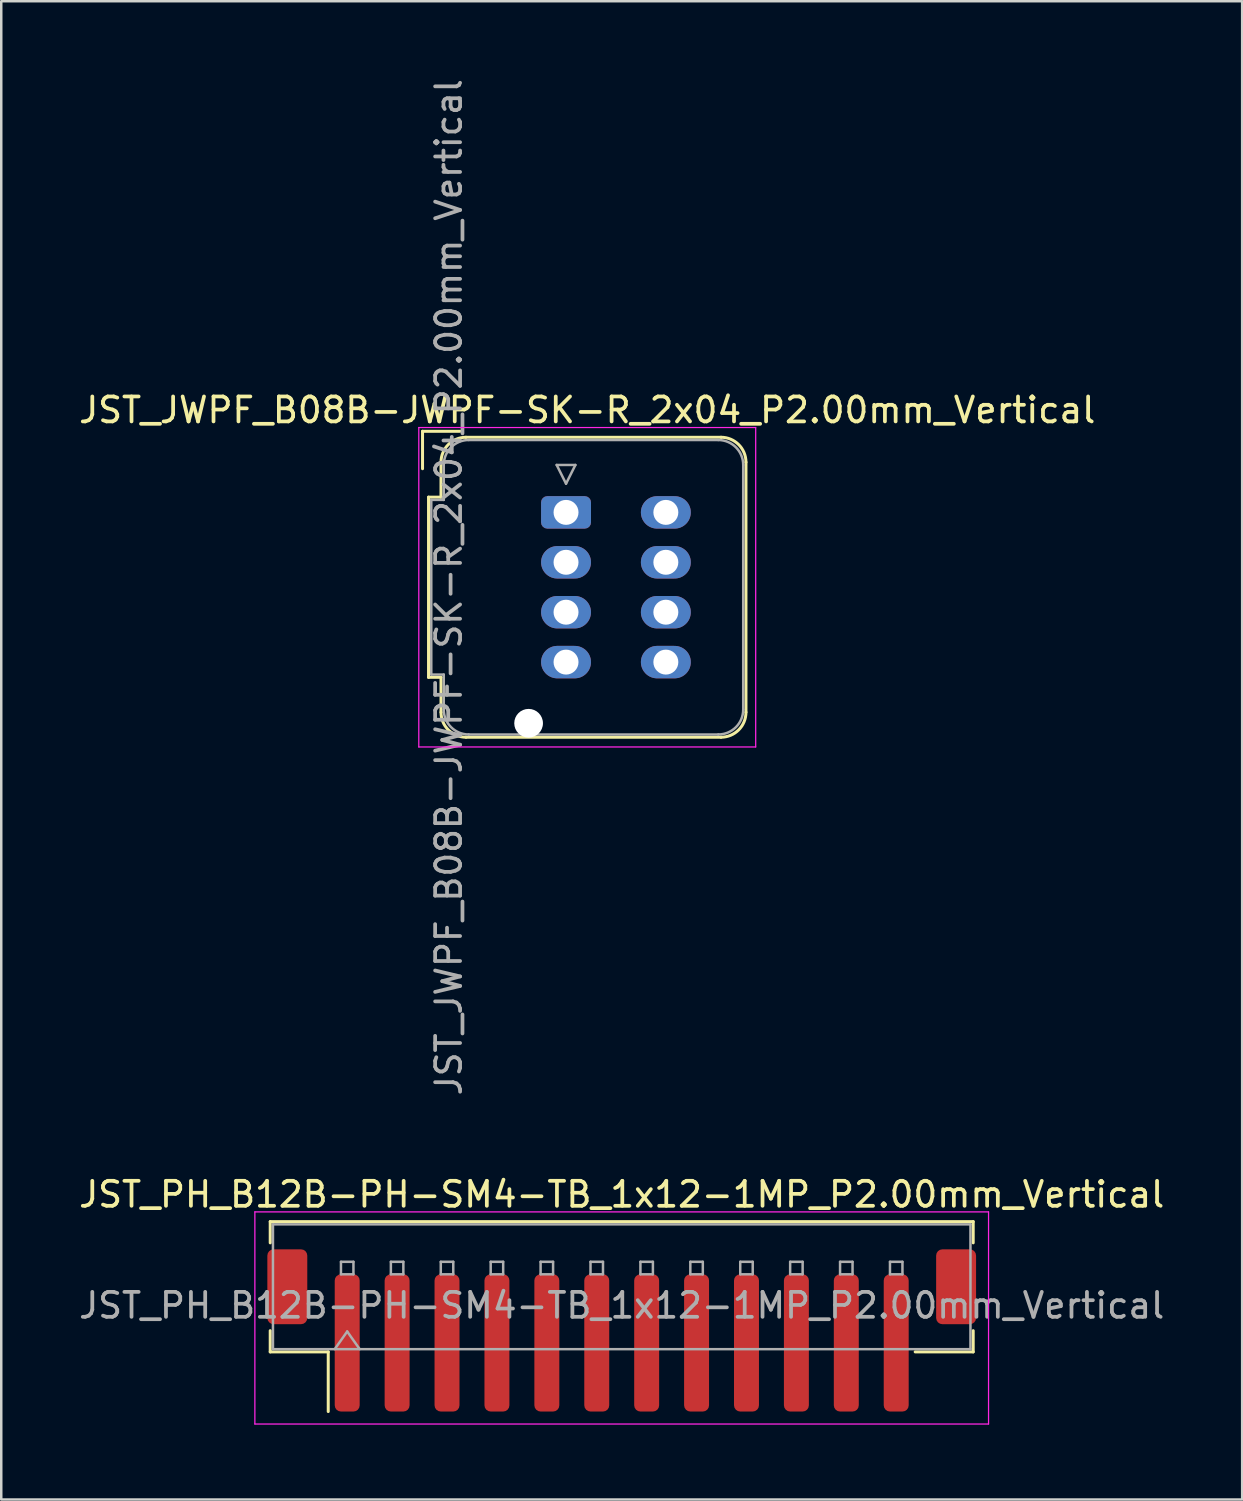
<source format=kicad_pcb>
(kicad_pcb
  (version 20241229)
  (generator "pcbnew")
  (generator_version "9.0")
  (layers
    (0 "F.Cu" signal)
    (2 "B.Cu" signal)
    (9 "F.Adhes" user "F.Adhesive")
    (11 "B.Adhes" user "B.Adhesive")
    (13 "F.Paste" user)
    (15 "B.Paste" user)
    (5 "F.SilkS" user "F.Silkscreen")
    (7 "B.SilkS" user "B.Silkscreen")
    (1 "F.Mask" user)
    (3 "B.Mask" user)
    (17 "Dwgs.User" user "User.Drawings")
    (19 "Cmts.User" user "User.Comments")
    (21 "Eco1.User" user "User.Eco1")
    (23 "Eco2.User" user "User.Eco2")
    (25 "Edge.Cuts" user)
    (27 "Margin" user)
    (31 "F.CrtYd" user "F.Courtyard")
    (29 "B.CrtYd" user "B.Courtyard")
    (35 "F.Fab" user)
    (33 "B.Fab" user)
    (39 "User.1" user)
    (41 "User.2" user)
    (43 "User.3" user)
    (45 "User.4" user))
  (footprint "JST_PH_B12B-PH-SM4-TB_1x12-1MP_P2.00mm_Vertical"
    (layer "F.Cu")
    (at 21.863 50.263)
    (property "Reference" "JST_PH_B12B-PH-SM4-TB_1x12-1MP_P2.00mm_Vertical" (at 0 -5.45 0) (layer "F.SilkS") (effects (font (size 1 1) (thickness 0.15))))
    (attr smd)
    (fp_line (start -14.085 -4.36) (end 14.085 -4.36) (stroke (width 0.12) (type solid)) (layer "F.SilkS"))
    (fp_line (start -14.085 -3.51) (end -14.085 -4.36) (stroke (width 0.12) (type solid)) (layer "F.SilkS"))
    (fp_line (start -14.085 0.01) (end -14.085 0.86) (stroke (width 0.12) (type solid)) (layer "F.SilkS"))
    (fp_line (start -14.085 0.86) (end -11.76 0.86) (stroke (width 0.12) (type solid)) (layer "F.SilkS"))
    (fp_line (start -11.76 0.86) (end -11.76 3.25) (stroke (width 0.12) (type solid)) (layer "F.SilkS"))
    (fp_line (start 14.085 -4.36) (end 14.085 -3.51) (stroke (width 0.12) (type solid)) (layer "F.SilkS"))
    (fp_line (start 14.085 0.01) (end 14.085 0.86) (stroke (width 0.12) (type solid)) (layer "F.SilkS"))
    (fp_line (start 14.085 0.86) (end 11.76 0.86) (stroke (width 0.12) (type solid)) (layer "F.SilkS"))
    (fp_line (start -14.7 -4.75) (end -14.7 3.75) (stroke (width 0.05) (type solid)) (layer "F.CrtYd"))
    (fp_line (start -14.7 3.75) (end 14.7 3.75) (stroke (width 0.05) (type solid)) (layer "F.CrtYd"))
    (fp_line (start 14.7 -4.75) (end -14.7 -4.75) (stroke (width 0.05) (type solid)) (layer "F.CrtYd"))
    (fp_line (start 14.7 3.75) (end 14.7 -4.75) (stroke (width 0.05) (type solid)) (layer "F.CrtYd"))
    (fp_line (start -13.975 -4.25) (end 13.975 -4.25) (stroke (width 0.1) (type solid)) (layer "F.Fab"))
    (fp_line (start -13.975 0.75) (end -13.975 -4.25) (stroke (width 0.1) (type solid)) (layer "F.Fab"))
    (fp_line (start -13.975 0.75) (end 13.975 0.75) (stroke (width 0.1) (type solid)) (layer "F.Fab"))
    (fp_line (start -11.5 0.75) (end -11 0.043) (stroke (width 0.1) (type solid)) (layer "F.Fab"))
    (fp_line (start -11.25 -2.75) (end -11.25 -2.25) (stroke (width 0.1) (type solid)) (layer "F.Fab"))
    (fp_line (start -11.25 -2.25) (end -10.75 -2.25) (stroke (width 0.1) (type solid)) (layer "F.Fab"))
    (fp_line (start -11 0.043) (end -10.5 0.75) (stroke (width 0.1) (type solid)) (layer "F.Fab"))
    (fp_line (start -10.75 -2.75) (end -11.25 -2.75) (stroke (width 0.1) (type solid)) (layer "F.Fab"))
    (fp_line (start -10.75 -2.25) (end -10.75 -2.75) (stroke (width 0.1) (type solid)) (layer "F.Fab"))
    (fp_line (start -9.25 -2.75) (end -9.25 -2.25) (stroke (width 0.1) (type solid)) (layer "F.Fab"))
    (fp_line (start -9.25 -2.25) (end -8.75 -2.25) (stroke (width 0.1) (type solid)) (layer "F.Fab"))
    (fp_line (start -8.75 -2.75) (end -9.25 -2.75) (stroke (width 0.1) (type solid)) (layer "F.Fab"))
    (fp_line (start -8.75 -2.25) (end -8.75 -2.75) (stroke (width 0.1) (type solid)) (layer "F.Fab"))
    (fp_line (start -7.25 -2.75) (end -7.25 -2.25) (stroke (width 0.1) (type solid)) (layer "F.Fab"))
    (fp_line (start -7.25 -2.25) (end -6.75 -2.25) (stroke (width 0.1) (type solid)) (layer "F.Fab"))
    (fp_line (start -6.75 -2.75) (end -7.25 -2.75) (stroke (width 0.1) (type solid)) (layer "F.Fab"))
    (fp_line (start -6.75 -2.25) (end -6.75 -2.75) (stroke (width 0.1) (type solid)) (layer "F.Fab"))
    (fp_line (start -5.25 -2.75) (end -5.25 -2.25) (stroke (width 0.1) (type solid)) (layer "F.Fab"))
    (fp_line (start -5.25 -2.25) (end -4.75 -2.25) (stroke (width 0.1) (type solid)) (layer "F.Fab"))
    (fp_line (start -4.75 -2.75) (end -5.25 -2.75) (stroke (width 0.1) (type solid)) (layer "F.Fab"))
    (fp_line (start -4.75 -2.25) (end -4.75 -2.75) (stroke (width 0.1) (type solid)) (layer "F.Fab"))
    (fp_line (start -3.25 -2.75) (end -3.25 -2.25) (stroke (width 0.1) (type solid)) (layer "F.Fab"))
    (fp_line (start -3.25 -2.25) (end -2.75 -2.25) (stroke (width 0.1) (type solid)) (layer "F.Fab"))
    (fp_line (start -2.75 -2.75) (end -3.25 -2.75) (stroke (width 0.1) (type solid)) (layer "F.Fab"))
    (fp_line (start -2.75 -2.25) (end -2.75 -2.75) (stroke (width 0.1) (type solid)) (layer "F.Fab"))
    (fp_line (start -1.25 -2.75) (end -1.25 -2.25) (stroke (width 0.1) (type solid)) (layer "F.Fab"))
    (fp_line (start -1.25 -2.25) (end -0.75 -2.25) (stroke (width 0.1) (type solid)) (layer "F.Fab"))
    (fp_line (start -0.75 -2.75) (end -1.25 -2.75) (stroke (width 0.1) (type solid)) (layer "F.Fab"))
    (fp_line (start -0.75 -2.25) (end -0.75 -2.75) (stroke (width 0.1) (type solid)) (layer "F.Fab"))
    (fp_line (start 0.75 -2.75) (end 0.75 -2.25) (stroke (width 0.1) (type solid)) (layer "F.Fab"))
    (fp_line (start 0.75 -2.25) (end 1.25 -2.25) (stroke (width 0.1) (type solid)) (layer "F.Fab"))
    (fp_line (start 1.25 -2.75) (end 0.75 -2.75) (stroke (width 0.1) (type solid)) (layer "F.Fab"))
    (fp_line (start 1.25 -2.25) (end 1.25 -2.75) (stroke (width 0.1) (type solid)) (layer "F.Fab"))
    (fp_line (start 2.75 -2.75) (end 2.75 -2.25) (stroke (width 0.1) (type solid)) (layer "F.Fab"))
    (fp_line (start 2.75 -2.25) (end 3.25 -2.25) (stroke (width 0.1) (type solid)) (layer "F.Fab"))
    (fp_line (start 3.25 -2.75) (end 2.75 -2.75) (stroke (width 0.1) (type solid)) (layer "F.Fab"))
    (fp_line (start 3.25 -2.25) (end 3.25 -2.75) (stroke (width 0.1) (type solid)) (layer "F.Fab"))
    (fp_line (start 4.75 -2.75) (end 4.75 -2.25) (stroke (width 0.1) (type solid)) (layer "F.Fab"))
    (fp_line (start 4.75 -2.25) (end 5.25 -2.25) (stroke (width 0.1) (type solid)) (layer "F.Fab"))
    (fp_line (start 5.25 -2.75) (end 4.75 -2.75) (stroke (width 0.1) (type solid)) (layer "F.Fab"))
    (fp_line (start 5.25 -2.25) (end 5.25 -2.75) (stroke (width 0.1) (type solid)) (layer "F.Fab"))
    (fp_line (start 6.75 -2.75) (end 6.75 -2.25) (stroke (width 0.1) (type solid)) (layer "F.Fab"))
    (fp_line (start 6.75 -2.25) (end 7.25 -2.25) (stroke (width 0.1) (type solid)) (layer "F.Fab"))
    (fp_line (start 7.25 -2.75) (end 6.75 -2.75) (stroke (width 0.1) (type solid)) (layer "F.Fab"))
    (fp_line (start 7.25 -2.25) (end 7.25 -2.75) (stroke (width 0.1) (type solid)) (layer "F.Fab"))
    (fp_line (start 8.75 -2.75) (end 8.75 -2.25) (stroke (width 0.1) (type solid)) (layer "F.Fab"))
    (fp_line (start 8.75 -2.25) (end 9.25 -2.25) (stroke (width 0.1) (type solid)) (layer "F.Fab"))
    (fp_line (start 9.25 -2.75) (end 8.75 -2.75) (stroke (width 0.1) (type solid)) (layer "F.Fab"))
    (fp_line (start 9.25 -2.25) (end 9.25 -2.75) (stroke (width 0.1) (type solid)) (layer "F.Fab"))
    (fp_line (start 10.75 -2.75) (end 10.75 -2.25) (stroke (width 0.1) (type solid)) (layer "F.Fab"))
    (fp_line (start 10.75 -2.25) (end 11.25 -2.25) (stroke (width 0.1) (type solid)) (layer "F.Fab"))
    (fp_line (start 11.25 -2.75) (end 10.75 -2.75) (stroke (width 0.1) (type solid)) (layer "F.Fab"))
    (fp_line (start 11.25 -2.25) (end 11.25 -2.75) (stroke (width 0.1) (type solid)) (layer "F.Fab"))
    (fp_line (start 13.975 0.75) (end 13.975 -4.25) (stroke (width 0.1) (type solid)) (layer "F.Fab"))
    (fp_text user "${REFERENCE}" (at 0 -1 0) (layer "F.Fab") (effects (font (size 1 1) (thickness 0.15))))
    (pad "1" smd roundrect (at -11 0.5) (size 1 5.5) (layers "F.Cu" "F.Mask" "F.Paste") (roundrect_rratio 0.25))
    (pad "2" smd roundrect (at -9 0.5) (size 1 5.5) (layers "F.Cu" "F.Mask" "F.Paste") (roundrect_rratio 0.25))
    (pad "3" smd roundrect (at -7 0.5) (size 1 5.5) (layers "F.Cu" "F.Mask" "F.Paste") (roundrect_rratio 0.25))
    (pad "4" smd roundrect (at -5 0.5) (size 1 5.5) (layers "F.Cu" "F.Mask" "F.Paste") (roundrect_rratio 0.25))
    (pad "5" smd roundrect (at -3 0.5) (size 1 5.5) (layers "F.Cu" "F.Mask" "F.Paste") (roundrect_rratio 0.25))
    (pad "6" smd roundrect (at -1 0.5) (size 1 5.5) (layers "F.Cu" "F.Mask" "F.Paste") (roundrect_rratio 0.25))
    (pad "7" smd roundrect (at 1 0.5) (size 1 5.5) (layers "F.Cu" "F.Mask" "F.Paste") (roundrect_rratio 0.25))
    (pad "8" smd roundrect (at 3 0.5) (size 1 5.5) (layers "F.Cu" "F.Mask" "F.Paste") (roundrect_rratio 0.25))
    (pad "9" smd roundrect (at 5 0.5) (size 1 5.5) (layers "F.Cu" "F.Mask" "F.Paste") (roundrect_rratio 0.25))
    (pad "10" smd roundrect (at 7 0.5) (size 1 5.5) (layers "F.Cu" "F.Mask" "F.Paste") (roundrect_rratio 0.25))
    (pad "11" smd roundrect (at 9 0.5) (size 1 5.5) (layers "F.Cu" "F.Mask" "F.Paste") (roundrect_rratio 0.25))
    (pad "12" smd roundrect (at 11 0.5) (size 1 5.5) (layers "F.Cu" "F.Mask" "F.Paste") (roundrect_rratio 0.25))
    (pad "MP" smd roundrect (at -13.4 -1.75) (size 1.6 3) (layers "F.Cu" "F.Mask" "F.Paste") (roundrect_rratio 0.156))
    (pad "MP" smd roundrect (at 13.4 -1.75) (size 1.6 3) (layers "F.Cu" "F.Mask" "F.Paste") (roundrect_rratio 0.156)))
  (footprint "JST_JWPF_B08B-JWPF-SK-R_2x04_P2.00mm_Vertical"
    (layer "F.Cu")
    (at 19.632 17.482)
    (property "Reference" "JST_JWPF_B08B-JWPF-SK-R_2x04_P2.00mm_Vertical" (at 0.85 -4.1 0) (layer "F.SilkS") (effects (font (size 1 1) (thickness 0.15))))
    (attr through_hole)
    (fp_line (start -5.75 -3.25) (end -4.25 -3.25) (stroke (width 0.12) (type solid)) (layer "F.SilkS"))
    (fp_line (start -5.75 -1.75) (end -5.75 -3.25) (stroke (width 0.12) (type solid)) (layer "F.SilkS"))
    (fp_line (start -5.51 -0.61) (end -5.51 6.61) (stroke (width 0.12) (type solid)) (layer "F.SilkS"))
    (fp_line (start -5.51 6.61) (end -5.01 6.61) (stroke (width 0.12) (type solid)) (layer "F.SilkS"))
    (fp_line (start -5.01 -2.01) (end -5.01 -0.61) (stroke (width 0.12) (type solid)) (layer "F.SilkS"))
    (fp_line (start -5.01 -0.61) (end -5.51 -0.61) (stroke (width 0.12) (type solid)) (layer "F.SilkS"))
    (fp_line (start -5.01 6.61) (end -5.01 8.01) (stroke (width 0.12) (type solid)) (layer "F.SilkS"))
    (fp_line (start -4.01 -3.01) (end 6.21 -3.01) (stroke (width 0.12) (type solid)) (layer "F.SilkS"))
    (fp_line (start -4.01 9.01) (end 6.21 9.01) (stroke (width 0.12) (type solid)) (layer "F.SilkS"))
    (fp_line (start 7.21 -2.01) (end 7.21 8.01) (stroke (width 0.12) (type solid)) (layer "F.SilkS"))
    (fp_arc (start -5.01 -2.01) (mid -4.717107 -2.717107) (end -4.01 -3.01) (stroke (width 0.12) (type solid)) (layer "F.SilkS"))
    (fp_arc (start -4.01 9.01) (mid -4.717107 8.717107) (end -5.01 8.01) (stroke (width 0.12) (type solid)) (layer "F.SilkS"))
    (fp_arc (start 6.21 -3.01) (mid 6.917107 -2.717107) (end 7.21 -2.01) (stroke (width 0.12) (type solid)) (layer "F.SilkS"))
    (fp_arc (start 7.21 8.01) (mid 6.917107 8.717107) (end 6.21 9.01) (stroke (width 0.12) (type solid)) (layer "F.SilkS"))
    (fp_line (start -5.9 -3.4) (end -5.9 9.4) (stroke (width 0.05) (type solid)) (layer "F.CrtYd"))
    (fp_line (start -5.9 9.4) (end 7.6 9.4) (stroke (width 0.05) (type solid)) (layer "F.CrtYd"))
    (fp_line (start 7.6 -3.4) (end -5.9 -3.4) (stroke (width 0.05) (type solid)) (layer "F.CrtYd"))
    (fp_line (start 7.6 9.4) (end 7.6 -3.4) (stroke (width 0.05) (type solid)) (layer "F.CrtYd"))
    (fp_line (start -5.4 -0.5) (end -5.4 6.5) (stroke (width 0.1) (type solid)) (layer "F.Fab"))
    (fp_line (start -5.4 6.5) (end -4.9 6.5) (stroke (width 0.1) (type solid)) (layer "F.Fab"))
    (fp_line (start -4.9 -1.9) (end -4.9 -0.5) (stroke (width 0.1) (type solid)) (layer "F.Fab"))
    (fp_line (start -4.9 -0.5) (end -5.4 -0.5) (stroke (width 0.1) (type solid)) (layer "F.Fab"))
    (fp_line (start -4.9 6.5) (end -4.9 7.9) (stroke (width 0.1) (type solid)) (layer "F.Fab"))
    (fp_line (start -3.9 -2.9) (end 6.1 -2.9) (stroke (width 0.1) (type solid)) (layer "F.Fab"))
    (fp_line (start -3.9 8.9) (end 6.1 8.9) (stroke (width 0.1) (type solid)) (layer "F.Fab"))
    (fp_line (start -0.375 -1.9) (end 0.375 -1.9) (stroke (width 0.1) (type solid)) (layer "F.Fab"))
    (fp_line (start 0 -1.15) (end -0.375 -1.9) (stroke (width 0.1) (type solid)) (layer "F.Fab"))
    (fp_line (start 0.375 -1.9) (end 0 -1.15) (stroke (width 0.1) (type solid)) (layer "F.Fab"))
    (fp_line (start 7.1 -1.9) (end 7.1 7.9) (stroke (width 0.1) (type solid)) (layer "F.Fab"))
    (fp_arc (start -4.9 -1.9) (mid -4.607107 -2.607107) (end -3.9 -2.9) (stroke (width 0.1) (type solid)) (layer "F.Fab"))
    (fp_arc (start -3.9 8.9) (mid -4.607107 8.607107) (end -4.9 7.9) (stroke (width 0.1) (type solid)) (layer "F.Fab"))
    (fp_arc (start 6.1 -2.9) (mid 6.807107 -2.607107) (end 7.1 -1.9) (stroke (width 0.1) (type solid)) (layer "F.Fab"))
    (fp_arc (start 7.1 7.9) (mid 6.807107 8.607107) (end 6.1 8.9) (stroke (width 0.1) (type solid)) (layer "F.Fab"))
    (fp_text user "${REFERENCE}" (at -4.7 3 90) (layer "F.Fab") (effects (font (size 1 1) (thickness 0.15))))
    (pad "" np_thru_hole circle (at -1.5 8.45) (size 1.15 1.15) (drill 1.15) (layers "*.Cu" "*.Mask"))
    (pad "1" thru_hole roundrect (at 0 0) (size 2 1.3) (drill 1) (layers "*.Cu" "*.Mask") (roundrect_rratio 0.192))
    (pad "2" thru_hole oval (at 0 2) (size 2 1.3) (drill 1) (layers "*.Cu" "*.Mask"))
    (pad "3" thru_hole oval (at 0 4) (size 2 1.3) (drill 1) (layers "*.Cu" "*.Mask"))
    (pad "4" thru_hole oval (at 0 6) (size 2 1.3) (drill 1) (layers "*.Cu" "*.Mask"))
    (pad "5" thru_hole oval (at 4 0) (size 2 1.3) (drill 1) (layers "*.Cu" "*.Mask"))
    (pad "6" thru_hole oval (at 4 2) (size 2 1.3) (drill 1) (layers "*.Cu" "*.Mask"))
    (pad "7" thru_hole oval (at 4 4) (size 2 1.3) (drill 1) (layers "*.Cu" "*.Mask"))
    (pad "8" thru_hole oval (at 4 6) (size 2 1.3) (drill 1) (layers "*.Cu" "*.Mask")))
  (gr_rect
    (start -3 -3)
    (end 46.726 57.038)
    (stroke (width 0.1) (type default))
    (fill no)
    (layer "Edge.Cuts")))
</source>
